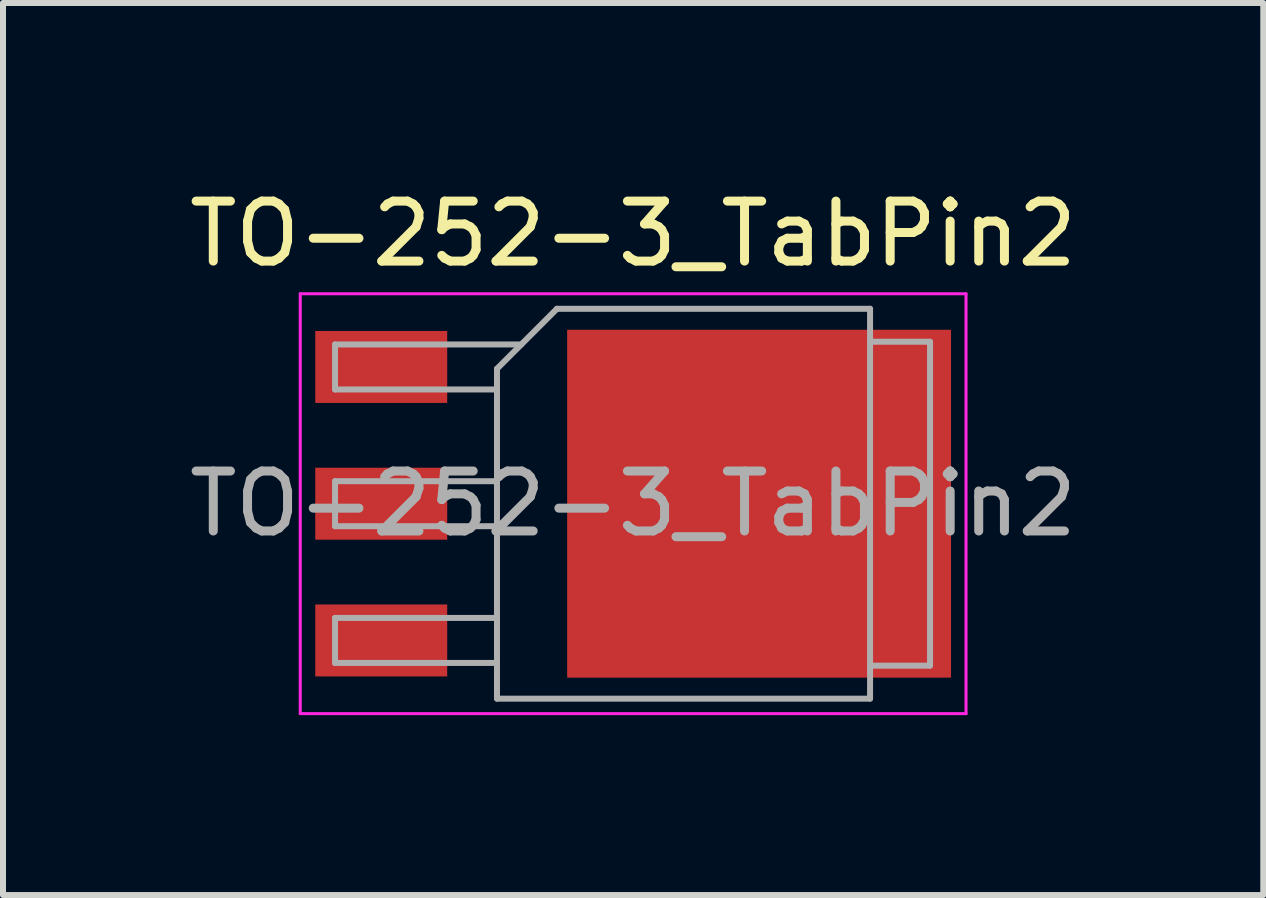
<source format=kicad_pcb>
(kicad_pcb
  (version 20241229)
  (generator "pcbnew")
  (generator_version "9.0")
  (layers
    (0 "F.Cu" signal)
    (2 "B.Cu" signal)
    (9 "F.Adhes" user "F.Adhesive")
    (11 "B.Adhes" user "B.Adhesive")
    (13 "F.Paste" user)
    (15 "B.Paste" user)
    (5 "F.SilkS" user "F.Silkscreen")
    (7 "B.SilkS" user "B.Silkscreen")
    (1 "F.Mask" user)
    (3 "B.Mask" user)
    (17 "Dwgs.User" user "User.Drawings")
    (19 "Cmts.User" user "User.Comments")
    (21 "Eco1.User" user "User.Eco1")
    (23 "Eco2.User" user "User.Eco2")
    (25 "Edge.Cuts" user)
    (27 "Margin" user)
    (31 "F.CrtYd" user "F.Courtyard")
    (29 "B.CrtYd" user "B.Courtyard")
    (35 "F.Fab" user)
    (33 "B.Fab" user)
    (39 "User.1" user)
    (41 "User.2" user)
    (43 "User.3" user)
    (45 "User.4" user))
  (footprint "TO-252-3_TabPin2"
    (layer "F.Cu")
    (at 7.506 5.348)
    (property "Reference" "TO-252-3_TabPin2" (at 0 -4.5 0) (layer "F.SilkS") (effects (font (size 1 1) (thickness 0.15))))
    (attr smd)
    (fp_line (start -5.55 -3.5) (end -5.55 3.5) (stroke (width 0.05) (type solid)) (layer "F.CrtYd"))
    (fp_line (start -5.55 3.5) (end 5.55 3.5) (stroke (width 0.05) (type solid)) (layer "F.CrtYd"))
    (fp_line (start 5.55 -3.5) (end -5.55 -3.5) (stroke (width 0.05) (type solid)) (layer "F.CrtYd"))
    (fp_line (start 5.55 3.5) (end 5.55 -3.5) (stroke (width 0.05) (type solid)) (layer "F.CrtYd"))
    (fp_line (start -4.97 -2.655) (end -4.97 -1.905) (stroke (width 0.1) (type solid)) (layer "F.Fab"))
    (fp_line (start -4.97 -1.905) (end -2.27 -1.905) (stroke (width 0.1) (type solid)) (layer "F.Fab"))
    (fp_line (start -4.97 -0.375) (end -4.97 0.375) (stroke (width 0.1) (type solid)) (layer "F.Fab"))
    (fp_line (start -4.97 0.375) (end -2.27 0.375) (stroke (width 0.1) (type solid)) (layer "F.Fab"))
    (fp_line (start -4.97 1.905) (end -4.97 2.655) (stroke (width 0.1) (type solid)) (layer "F.Fab"))
    (fp_line (start -4.97 2.655) (end -2.27 2.655) (stroke (width 0.1) (type solid)) (layer "F.Fab"))
    (fp_line (start -2.27 -2.25) (end -1.27 -3.25) (stroke (width 0.1) (type solid)) (layer "F.Fab"))
    (fp_line (start -2.27 -0.375) (end -4.97 -0.375) (stroke (width 0.1) (type solid)) (layer "F.Fab"))
    (fp_line (start -2.27 1.905) (end -4.97 1.905) (stroke (width 0.1) (type solid)) (layer "F.Fab"))
    (fp_line (start -2.27 3.25) (end -2.27 -2.25) (stroke (width 0.1) (type solid)) (layer "F.Fab"))
    (fp_line (start -1.865 -2.655) (end -4.97 -2.655) (stroke (width 0.1) (type solid)) (layer "F.Fab"))
    (fp_line (start -1.27 -3.25) (end 3.95 -3.25) (stroke (width 0.1) (type solid)) (layer "F.Fab"))
    (fp_line (start 3.95 -3.25) (end 3.95 3.25) (stroke (width 0.1) (type solid)) (layer "F.Fab"))
    (fp_line (start 3.95 -2.7) (end 4.95 -2.7) (stroke (width 0.1) (type solid)) (layer "F.Fab"))
    (fp_line (start 3.95 3.25) (end -2.27 3.25) (stroke (width 0.1) (type solid)) (layer "F.Fab"))
    (fp_line (start 4.95 -2.7) (end 4.95 2.7) (stroke (width 0.1) (type solid)) (layer "F.Fab"))
    (fp_line (start 4.95 2.7) (end 3.95 2.7) (stroke (width 0.1) (type solid)) (layer "F.Fab"))
    (fp_text user "${REFERENCE}" (at 0 0 0) (layer "F.Fab") (effects (font (size 1 1) (thickness 0.15))))
    (pad "" smd rect (at 0.425 -1.525) (size 3.05 2.75) (layers "F.Paste"))
    (pad "" smd rect (at 0.425 1.525) (size 3.05 2.75) (layers "F.Paste"))
    (pad "" smd rect (at 3.775 -1.525) (size 3.05 2.75) (layers "F.Paste"))
    (pad "" smd rect (at 3.775 1.525) (size 3.05 2.75) (layers "F.Paste"))
    (pad "1" smd rect (at -4.2 -2.28) (size 2.2 1.2) (layers "F.Cu" "F.Mask" "F.Paste"))
    (pad "2" smd rect (at -4.2 0) (size 2.2 1.2) (layers "F.Cu" "F.Mask" "F.Paste"))
    (pad "2" smd rect (at 2.1 0) (size 6.4 5.8) (layers "F.Cu" "F.Mask"))
    (pad "3" smd rect (at -4.2 2.28) (size 2.2 1.2) (layers "F.Cu" "F.Mask" "F.Paste")))
  (gr_rect
    (start -3 -3)
    (end 18.012 11.873)
    (stroke (width 0.1) (type default))
    (fill no)
    (layer "Edge.Cuts")))
</source>
